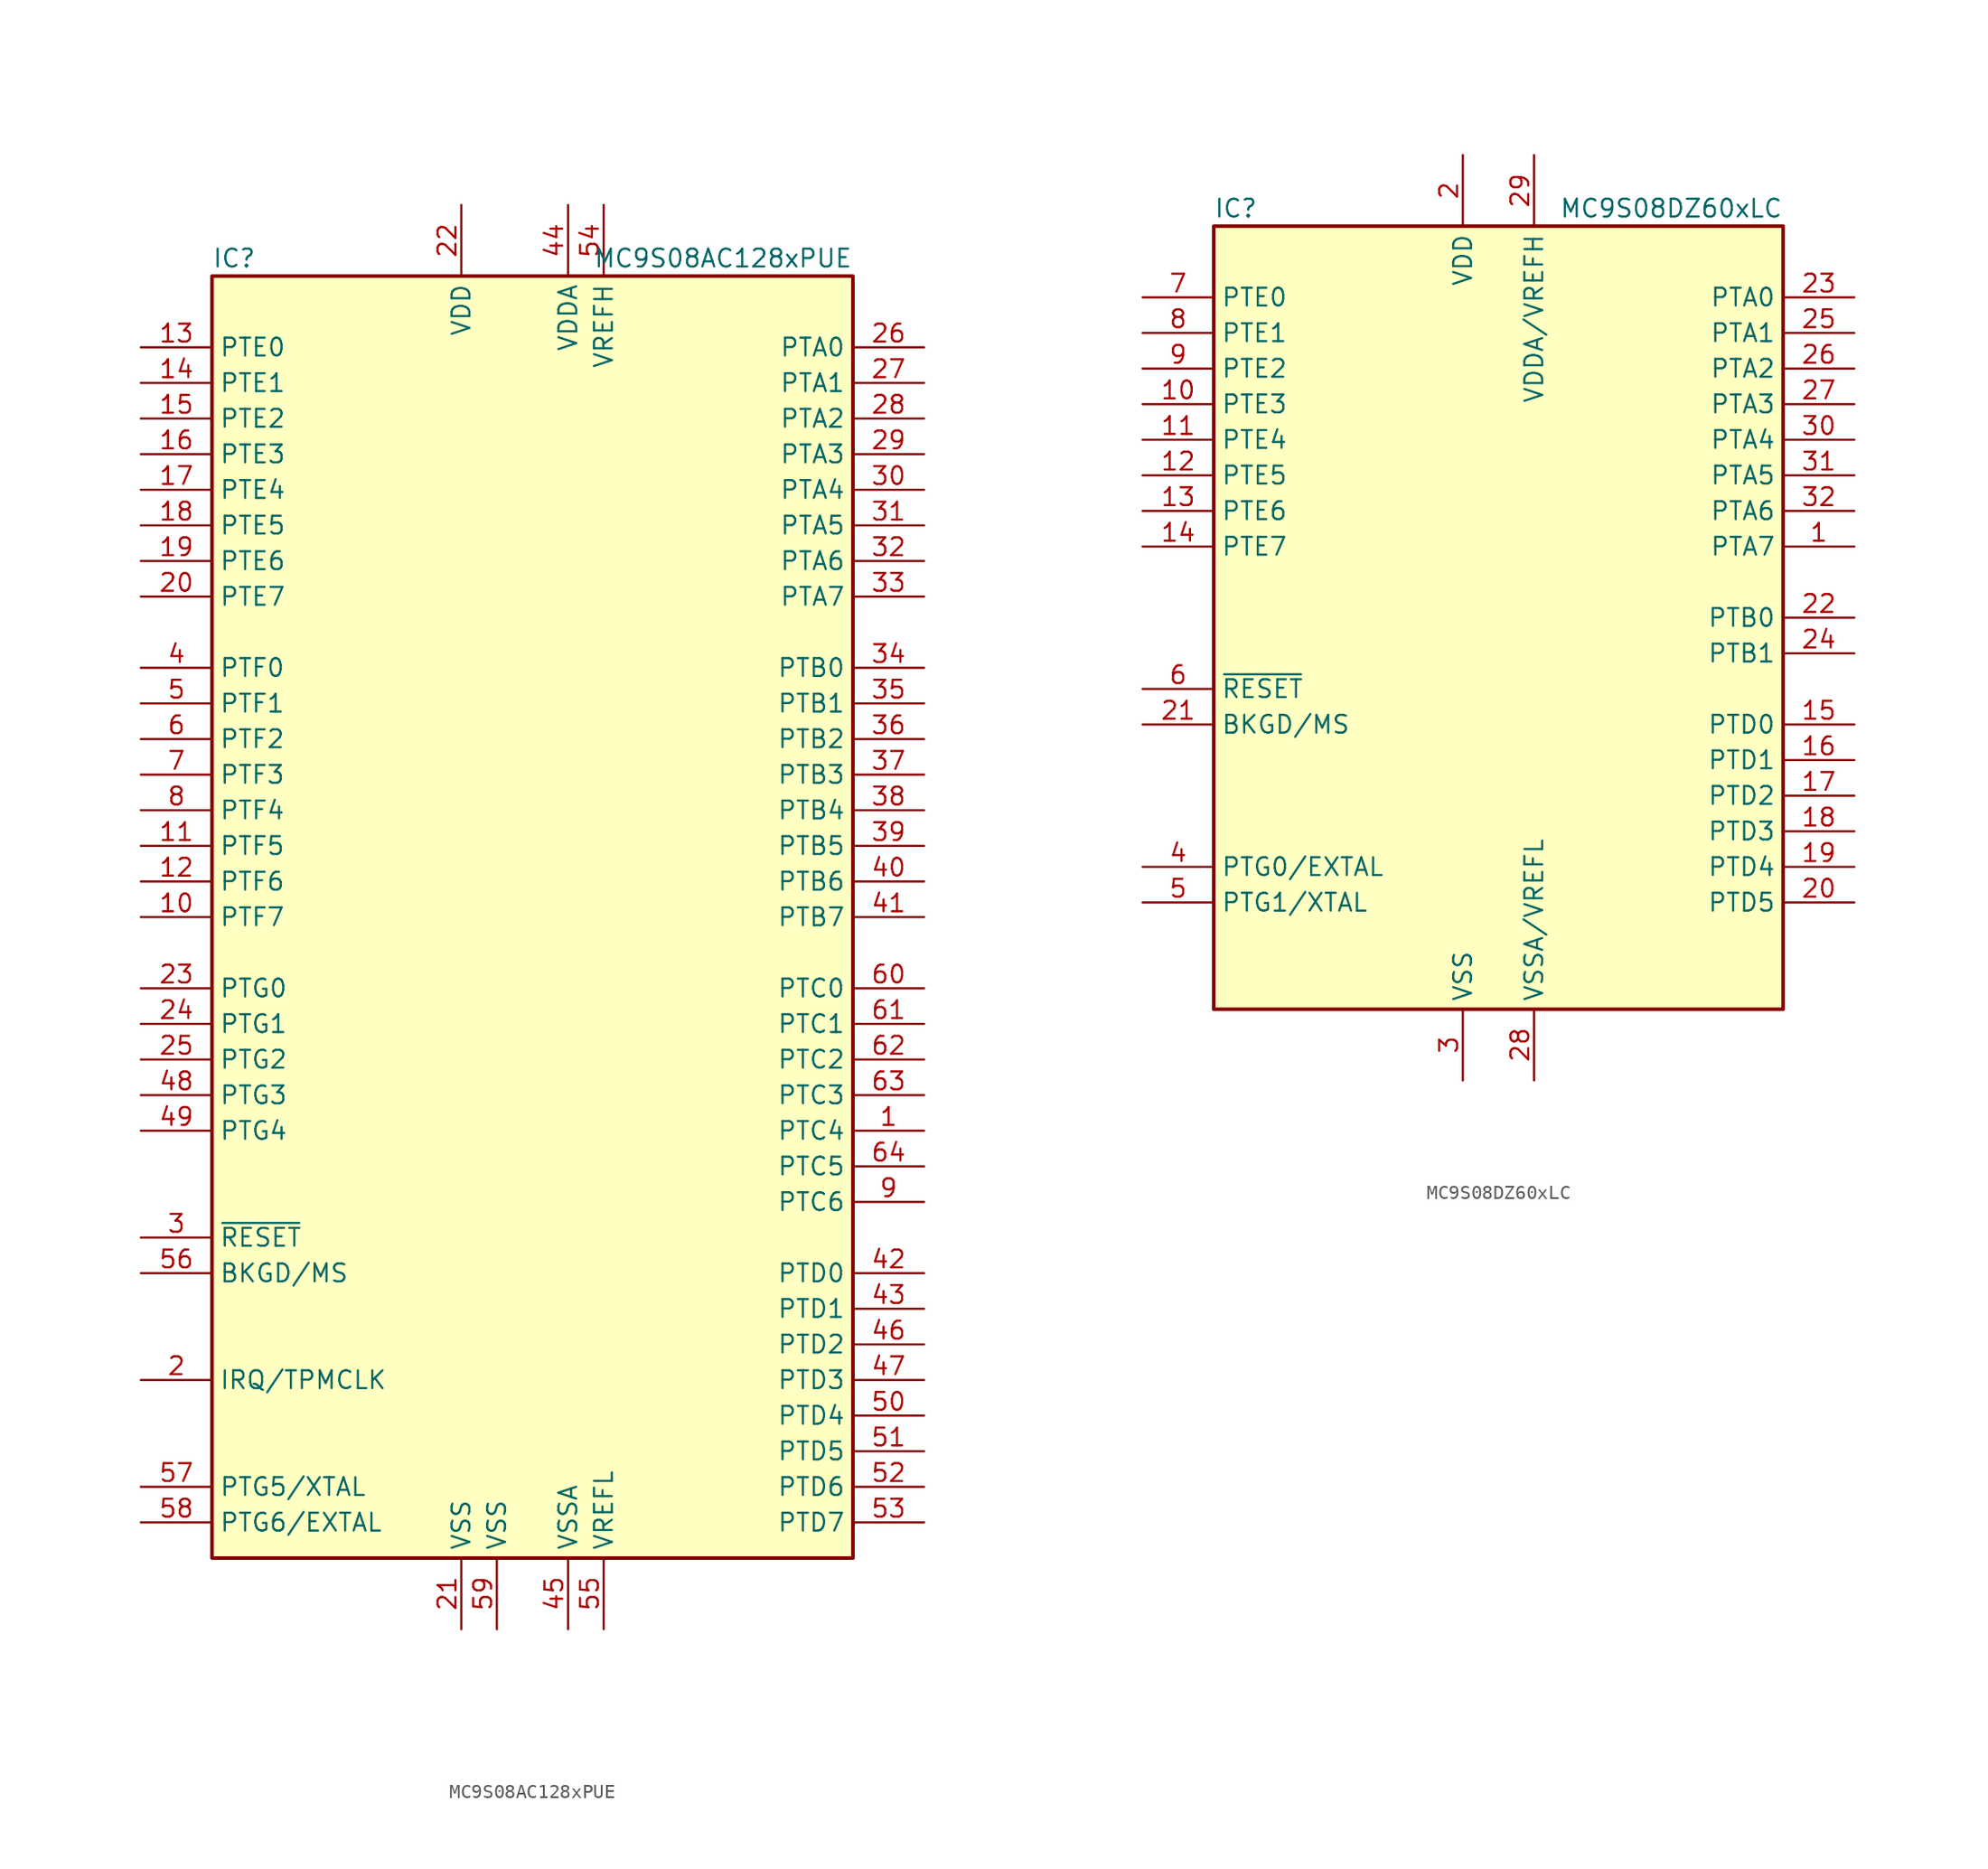
<source format=kicad_sym>
(kicad_symbol_lib
  (version 20201005)
  (generator kicad_symbol_editor)
  (symbol "MCU_NXP_S08:MC9S08AC128xPUE"
    (property "Reference" "IC"
      (at -22.86 46.99 0)
      (effects (font (size 1.27 1.27)) (justify left)))
    (property "Value" "MC9S08AC128xPUE"
      (at 22.86 46.99 0)
      (effects (font (size 1.27 1.27)) (justify right)))
    (symbol "MC9S08AC128xPUE_0_1"
      (rectangle (start -22.86 45.72) (end 22.86 -45.72) (stroke (width 0.254)) (fill (type background))))
    (symbol "MC9S08AC128xPUE_1_1"
      (pin bidirectional line (at 27.94 -15.24 180) (length 5.08) (name "PTC4" (effects (font (size 1.27 1.27)))) (number "1" (effects (font (size 1.27 1.27)))))
      (pin bidirectional line (at -27.94 0 0) (length 5.08) (name "PTF7" (effects (font (size 1.27 1.27)))) (number "10" (effects (font (size 1.27 1.27)))))
      (pin bidirectional line (at -27.94 5.08 0) (length 5.08) (name "PTF5" (effects (font (size 1.27 1.27)))) (number "11" (effects (font (size 1.27 1.27)))))
      (pin bidirectional line (at -27.94 2.54 0) (length 5.08) (name "PTF6" (effects (font (size 1.27 1.27)))) (number "12" (effects (font (size 1.27 1.27)))))
      (pin bidirectional line (at -27.94 40.64 0) (length 5.08) (name "PTE0" (effects (font (size 1.27 1.27)))) (number "13" (effects (font (size 1.27 1.27)))))
      (pin bidirectional line (at -27.94 38.1 0) (length 5.08) (name "PTE1" (effects (font (size 1.27 1.27)))) (number "14" (effects (font (size 1.27 1.27)))))
      (pin bidirectional line (at -27.94 35.56 0) (length 5.08) (name "PTE2" (effects (font (size 1.27 1.27)))) (number "15" (effects (font (size 1.27 1.27)))))
      (pin bidirectional line (at -27.94 33.02 0) (length 5.08) (name "PTE3" (effects (font (size 1.27 1.27)))) (number "16" (effects (font (size 1.27 1.27)))))
      (pin bidirectional line (at -27.94 30.48 0) (length 5.08) (name "PTE4" (effects (font (size 1.27 1.27)))) (number "17" (effects (font (size 1.27 1.27)))))
      (pin bidirectional line (at -27.94 27.94 0) (length 5.08) (name "PTE5" (effects (font (size 1.27 1.27)))) (number "18" (effects (font (size 1.27 1.27)))))
      (pin bidirectional line (at -27.94 25.4 0) (length 5.08) (name "PTE6" (effects (font (size 1.27 1.27)))) (number "19" (effects (font (size 1.27 1.27)))))
      (pin input line (at -27.94 -33.02 0) (length 5.08) (name "IRQ/TPMCLK" (effects (font (size 1.27 1.27)))) (number "2" (effects (font (size 1.27 1.27)))))
      (pin bidirectional line (at -27.94 22.86 0) (length 5.08) (name "PTE7" (effects (font (size 1.27 1.27)))) (number "20" (effects (font (size 1.27 1.27)))))
      (pin power_in line (at -5.08 -50.8 90) (length 5.08) (name "VSS" (effects (font (size 1.27 1.27)))) (number "21" (effects (font (size 1.27 1.27)))))
      (pin power_in line (at -5.08 50.8 270) (length 5.08) (name "VDD" (effects (font (size 1.27 1.27)))) (number "22" (effects (font (size 1.27 1.27)))))
      (pin bidirectional line (at -27.94 -5.08 0) (length 5.08) (name "PTG0" (effects (font (size 1.27 1.27)))) (number "23" (effects (font (size 1.27 1.27)))))
      (pin bidirectional line (at -27.94 -7.62 0) (length 5.08) (name "PTG1" (effects (font (size 1.27 1.27)))) (number "24" (effects (font (size 1.27 1.27)))))
      (pin bidirectional line (at -27.94 -10.16 0) (length 5.08) (name "PTG2" (effects (font (size 1.27 1.27)))) (number "25" (effects (font (size 1.27 1.27)))))
      (pin bidirectional line (at 27.94 40.64 180) (length 5.08) (name "PTA0" (effects (font (size 1.27 1.27)))) (number "26" (effects (font (size 1.27 1.27)))))
      (pin bidirectional line (at 27.94 38.1 180) (length 5.08) (name "PTA1" (effects (font (size 1.27 1.27)))) (number "27" (effects (font (size 1.27 1.27)))))
      (pin bidirectional line (at 27.94 35.56 180) (length 5.08) (name "PTA2" (effects (font (size 1.27 1.27)))) (number "28" (effects (font (size 1.27 1.27)))))
      (pin bidirectional line (at 27.94 33.02 180) (length 5.08) (name "PTA3" (effects (font (size 1.27 1.27)))) (number "29" (effects (font (size 1.27 1.27)))))
      (pin input line (at -27.94 -22.86 0) (length 5.08) (name "~RESET" (effects (font (size 1.27 1.27)))) (number "3" (effects (font (size 1.27 1.27)))))
      (pin bidirectional line (at 27.94 30.48 180) (length 5.08) (name "PTA4" (effects (font (size 1.27 1.27)))) (number "30" (effects (font (size 1.27 1.27)))))
      (pin bidirectional line (at 27.94 27.94 180) (length 5.08) (name "PTA5" (effects (font (size 1.27 1.27)))) (number "31" (effects (font (size 1.27 1.27)))))
      (pin bidirectional line (at 27.94 25.4 180) (length 5.08) (name "PTA6" (effects (font (size 1.27 1.27)))) (number "32" (effects (font (size 1.27 1.27)))))
      (pin bidirectional line (at 27.94 22.86 180) (length 5.08) (name "PTA7" (effects (font (size 1.27 1.27)))) (number "33" (effects (font (size 1.27 1.27)))))
      (pin bidirectional line (at 27.94 17.78 180) (length 5.08) (name "PTB0" (effects (font (size 1.27 1.27)))) (number "34" (effects (font (size 1.27 1.27)))))
      (pin bidirectional line (at 27.94 15.24 180) (length 5.08) (name "PTB1" (effects (font (size 1.27 1.27)))) (number "35" (effects (font (size 1.27 1.27)))))
      (pin bidirectional line (at 27.94 12.7 180) (length 5.08) (name "PTB2" (effects (font (size 1.27 1.27)))) (number "36" (effects (font (size 1.27 1.27)))))
      (pin bidirectional line (at 27.94 10.16 180) (length 5.08) (name "PTB3" (effects (font (size 1.27 1.27)))) (number "37" (effects (font (size 1.27 1.27)))))
      (pin bidirectional line (at 27.94 7.62 180) (length 5.08) (name "PTB4" (effects (font (size 1.27 1.27)))) (number "38" (effects (font (size 1.27 1.27)))))
      (pin bidirectional line (at 27.94 5.08 180) (length 5.08) (name "PTB5" (effects (font (size 1.27 1.27)))) (number "39" (effects (font (size 1.27 1.27)))))
      (pin bidirectional line (at -27.94 17.78 0) (length 5.08) (name "PTF0" (effects (font (size 1.27 1.27)))) (number "4" (effects (font (size 1.27 1.27)))))
      (pin bidirectional line (at 27.94 2.54 180) (length 5.08) (name "PTB6" (effects (font (size 1.27 1.27)))) (number "40" (effects (font (size 1.27 1.27)))))
      (pin bidirectional line (at 27.94 0 180) (length 5.08) (name "PTB7" (effects (font (size 1.27 1.27)))) (number "41" (effects (font (size 1.27 1.27)))))
      (pin bidirectional line (at 27.94 -25.4 180) (length 5.08) (name "PTD0" (effects (font (size 1.27 1.27)))) (number "42" (effects (font (size 1.27 1.27)))))
      (pin bidirectional line (at 27.94 -27.94 180) (length 5.08) (name "PTD1" (effects (font (size 1.27 1.27)))) (number "43" (effects (font (size 1.27 1.27)))))
      (pin power_in line (at 2.54 50.8 270) (length 5.08) (name "VDDA" (effects (font (size 1.27 1.27)))) (number "44" (effects (font (size 1.27 1.27)))))
      (pin power_in line (at 2.54 -50.8 90) (length 5.08) (name "VSSA" (effects (font (size 1.27 1.27)))) (number "45" (effects (font (size 1.27 1.27)))))
      (pin bidirectional line (at 27.94 -30.48 180) (length 5.08) (name "PTD2" (effects (font (size 1.27 1.27)))) (number "46" (effects (font (size 1.27 1.27)))))
      (pin bidirectional line (at 27.94 -33.02 180) (length 5.08) (name "PTD3" (effects (font (size 1.27 1.27)))) (number "47" (effects (font (size 1.27 1.27)))))
      (pin bidirectional line (at -27.94 -12.7 0) (length 5.08) (name "PTG3" (effects (font (size 1.27 1.27)))) (number "48" (effects (font (size 1.27 1.27)))))
      (pin bidirectional line (at -27.94 -15.24 0) (length 5.08) (name "PTG4" (effects (font (size 1.27 1.27)))) (number "49" (effects (font (size 1.27 1.27)))))
      (pin bidirectional line (at -27.94 15.24 0) (length 5.08) (name "PTF1" (effects (font (size 1.27 1.27)))) (number "5" (effects (font (size 1.27 1.27)))))
      (pin bidirectional line (at 27.94 -35.56 180) (length 5.08) (name "PTD4" (effects (font (size 1.27 1.27)))) (number "50" (effects (font (size 1.27 1.27)))))
      (pin bidirectional line (at 27.94 -38.1 180) (length 5.08) (name "PTD5" (effects (font (size 1.27 1.27)))) (number "51" (effects (font (size 1.27 1.27)))))
      (pin bidirectional line (at 27.94 -40.64 180) (length 5.08) (name "PTD6" (effects (font (size 1.27 1.27)))) (number "52" (effects (font (size 1.27 1.27)))))
      (pin bidirectional line (at 27.94 -43.18 180) (length 5.08) (name "PTD7" (effects (font (size 1.27 1.27)))) (number "53" (effects (font (size 1.27 1.27)))))
      (pin power_in line (at 5.08 50.8 270) (length 5.08) (name "VREFH" (effects (font (size 1.27 1.27)))) (number "54" (effects (font (size 1.27 1.27)))))
      (pin power_in line (at 5.08 -50.8 90) (length 5.08) (name "VREFL" (effects (font (size 1.27 1.27)))) (number "55" (effects (font (size 1.27 1.27)))))
      (pin bidirectional line (at -27.94 -25.4 0) (length 5.08) (name "BKGD/MS" (effects (font (size 1.27 1.27)))) (number "56" (effects (font (size 1.27 1.27)))))
      (pin bidirectional line (at -27.94 -40.64 0) (length 5.08) (name "PTG5/XTAL" (effects (font (size 1.27 1.27)))) (number "57" (effects (font (size 1.27 1.27)))))
      (pin bidirectional line (at -27.94 -43.18 0) (length 5.08) (name "PTG6/EXTAL" (effects (font (size 1.27 1.27)))) (number "58" (effects (font (size 1.27 1.27)))))
      (pin power_in line (at -2.54 -50.8 90) (length 5.08) (name "VSS" (effects (font (size 1.27 1.27)))) (number "59" (effects (font (size 1.27 1.27)))))
      (pin bidirectional line (at -27.94 12.7 0) (length 5.08) (name "PTF2" (effects (font (size 1.27 1.27)))) (number "6" (effects (font (size 1.27 1.27)))))
      (pin bidirectional line (at 27.94 -5.08 180) (length 5.08) (name "PTC0" (effects (font (size 1.27 1.27)))) (number "60" (effects (font (size 1.27 1.27)))))
      (pin bidirectional line (at 27.94 -7.62 180) (length 5.08) (name "PTC1" (effects (font (size 1.27 1.27)))) (number "61" (effects (font (size 1.27 1.27)))))
      (pin bidirectional line (at 27.94 -10.16 180) (length 5.08) (name "PTC2" (effects (font (size 1.27 1.27)))) (number "62" (effects (font (size 1.27 1.27)))))
      (pin bidirectional line (at 27.94 -12.7 180) (length 5.08) (name "PTC3" (effects (font (size 1.27 1.27)))) (number "63" (effects (font (size 1.27 1.27)))))
      (pin bidirectional line (at 27.94 -17.78 180) (length 5.08) (name "PTC5" (effects (font (size 1.27 1.27)))) (number "64" (effects (font (size 1.27 1.27)))))
      (pin bidirectional line (at -27.94 10.16 0) (length 5.08) (name "PTF3" (effects (font (size 1.27 1.27)))) (number "7" (effects (font (size 1.27 1.27)))))
      (pin bidirectional line (at -27.94 7.62 0) (length 5.08) (name "PTF4" (effects (font (size 1.27 1.27)))) (number "8" (effects (font (size 1.27 1.27)))))
      (pin bidirectional line (at 27.94 -20.32 180) (length 5.08) (name "PTC6" (effects (font (size 1.27 1.27)))) (number "9" (effects (font (size 1.27 1.27)))))))
  (symbol "MCU_NXP_S08:MC9S08DZ60xLC"
    (property "Reference" "IC"
      (at -20.32 29.21 0)
      (effects (font (size 1.27 1.27)) (justify left)))
    (property "Value" "MC9S08DZ60xLC"
      (at 20.32 29.21 0)
      (effects (font (size 1.27 1.27)) (justify right)))
    (symbol "MC9S08DZ60xLC_0_1"
      (rectangle (start -20.32 27.94) (end 20.32 -27.94) (stroke (width 0.254)) (fill (type background))))
    (symbol "MC9S08DZ60xLC_1_1"
      (pin bidirectional line (at 25.4 5.08 180) (length 5.08) (name "PTA7" (effects (font (size 1.27 1.27)))) (number "1" (effects (font (size 1.27 1.27)))))
      (pin bidirectional line (at -25.4 15.24 0) (length 5.08) (name "PTE3" (effects (font (size 1.27 1.27)))) (number "10" (effects (font (size 1.27 1.27)))))
      (pin bidirectional line (at -25.4 12.7 0) (length 5.08) (name "PTE4" (effects (font (size 1.27 1.27)))) (number "11" (effects (font (size 1.27 1.27)))))
      (pin bidirectional line (at -25.4 10.16 0) (length 5.08) (name "PTE5" (effects (font (size 1.27 1.27)))) (number "12" (effects (font (size 1.27 1.27)))))
      (pin bidirectional line (at -25.4 7.62 0) (length 5.08) (name "PTE6" (effects (font (size 1.27 1.27)))) (number "13" (effects (font (size 1.27 1.27)))))
      (pin bidirectional line (at -25.4 5.08 0) (length 5.08) (name "PTE7" (effects (font (size 1.27 1.27)))) (number "14" (effects (font (size 1.27 1.27)))))
      (pin bidirectional line (at 25.4 -7.62 180) (length 5.08) (name "PTD0" (effects (font (size 1.27 1.27)))) (number "15" (effects (font (size 1.27 1.27)))))
      (pin bidirectional line (at 25.4 -10.16 180) (length 5.08) (name "PTD1" (effects (font (size 1.27 1.27)))) (number "16" (effects (font (size 1.27 1.27)))))
      (pin bidirectional line (at 25.4 -12.7 180) (length 5.08) (name "PTD2" (effects (font (size 1.27 1.27)))) (number "17" (effects (font (size 1.27 1.27)))))
      (pin bidirectional line (at 25.4 -15.24 180) (length 5.08) (name "PTD3" (effects (font (size 1.27 1.27)))) (number "18" (effects (font (size 1.27 1.27)))))
      (pin bidirectional line (at 25.4 -17.78 180) (length 5.08) (name "PTD4" (effects (font (size 1.27 1.27)))) (number "19" (effects (font (size 1.27 1.27)))))
      (pin power_in line (at -2.54 33.02 270) (length 5.08) (name "VDD" (effects (font (size 1.27 1.27)))) (number "2" (effects (font (size 1.27 1.27)))))
      (pin bidirectional line (at 25.4 -20.32 180) (length 5.08) (name "PTD5" (effects (font (size 1.27 1.27)))) (number "20" (effects (font (size 1.27 1.27)))))
      (pin bidirectional line (at -25.4 -7.62 0) (length 5.08) (name "BKGD/MS" (effects (font (size 1.27 1.27)))) (number "21" (effects (font (size 1.27 1.27)))))
      (pin bidirectional line (at 25.4 0 180) (length 5.08) (name "PTB0" (effects (font (size 1.27 1.27)))) (number "22" (effects (font (size 1.27 1.27)))))
      (pin bidirectional line (at 25.4 22.86 180) (length 5.08) (name "PTA0" (effects (font (size 1.27 1.27)))) (number "23" (effects (font (size 1.27 1.27)))))
      (pin bidirectional line (at 25.4 -2.54 180) (length 5.08) (name "PTB1" (effects (font (size 1.27 1.27)))) (number "24" (effects (font (size 1.27 1.27)))))
      (pin bidirectional line (at 25.4 20.32 180) (length 5.08) (name "PTA1" (effects (font (size 1.27 1.27)))) (number "25" (effects (font (size 1.27 1.27)))))
      (pin bidirectional line (at 25.4 17.78 180) (length 5.08) (name "PTA2" (effects (font (size 1.27 1.27)))) (number "26" (effects (font (size 1.27 1.27)))))
      (pin bidirectional line (at 25.4 15.24 180) (length 5.08) (name "PTA3" (effects (font (size 1.27 1.27)))) (number "27" (effects (font (size 1.27 1.27)))))
      (pin power_in line (at 2.54 -33.02 90) (length 5.08) (name "VSSA/VREFL" (effects (font (size 1.27 1.27)))) (number "28" (effects (font (size 1.27 1.27)))))
      (pin power_in line (at 2.54 33.02 270) (length 5.08) (name "VDDA/VREFH" (effects (font (size 1.27 1.27)))) (number "29" (effects (font (size 1.27 1.27)))))
      (pin power_in line (at -2.54 -33.02 90) (length 5.08) (name "VSS" (effects (font (size 1.27 1.27)))) (number "3" (effects (font (size 1.27 1.27)))))
      (pin bidirectional line (at 25.4 12.7 180) (length 5.08) (name "PTA4" (effects (font (size 1.27 1.27)))) (number "30" (effects (font (size 1.27 1.27)))))
      (pin bidirectional line (at 25.4 10.16 180) (length 5.08) (name "PTA5" (effects (font (size 1.27 1.27)))) (number "31" (effects (font (size 1.27 1.27)))))
      (pin bidirectional line (at 25.4 7.62 180) (length 5.08) (name "PTA6" (effects (font (size 1.27 1.27)))) (number "32" (effects (font (size 1.27 1.27)))))
      (pin bidirectional line (at -25.4 -17.78 0) (length 5.08) (name "PTG0/EXTAL" (effects (font (size 1.27 1.27)))) (number "4" (effects (font (size 1.27 1.27)))))
      (pin bidirectional line (at -25.4 -20.32 0) (length 5.08) (name "PTG1/XTAL" (effects (font (size 1.27 1.27)))) (number "5" (effects (font (size 1.27 1.27)))))
      (pin input line (at -25.4 -5.08 0) (length 5.08) (name "~RESET" (effects (font (size 1.27 1.27)))) (number "6" (effects (font (size 1.27 1.27)))))
      (pin bidirectional line (at -25.4 22.86 0) (length 5.08) (name "PTE0" (effects (font (size 1.27 1.27)))) (number "7" (effects (font (size 1.27 1.27)))))
      (pin bidirectional line (at -25.4 20.32 0) (length 5.08) (name "PTE1" (effects (font (size 1.27 1.27)))) (number "8" (effects (font (size 1.27 1.27)))))
      (pin bidirectional line (at -25.4 17.78 0) (length 5.08) (name "PTE2" (effects (font (size 1.27 1.27)))) (number "9" (effects (font (size 1.27 1.27))))))))
</source>
